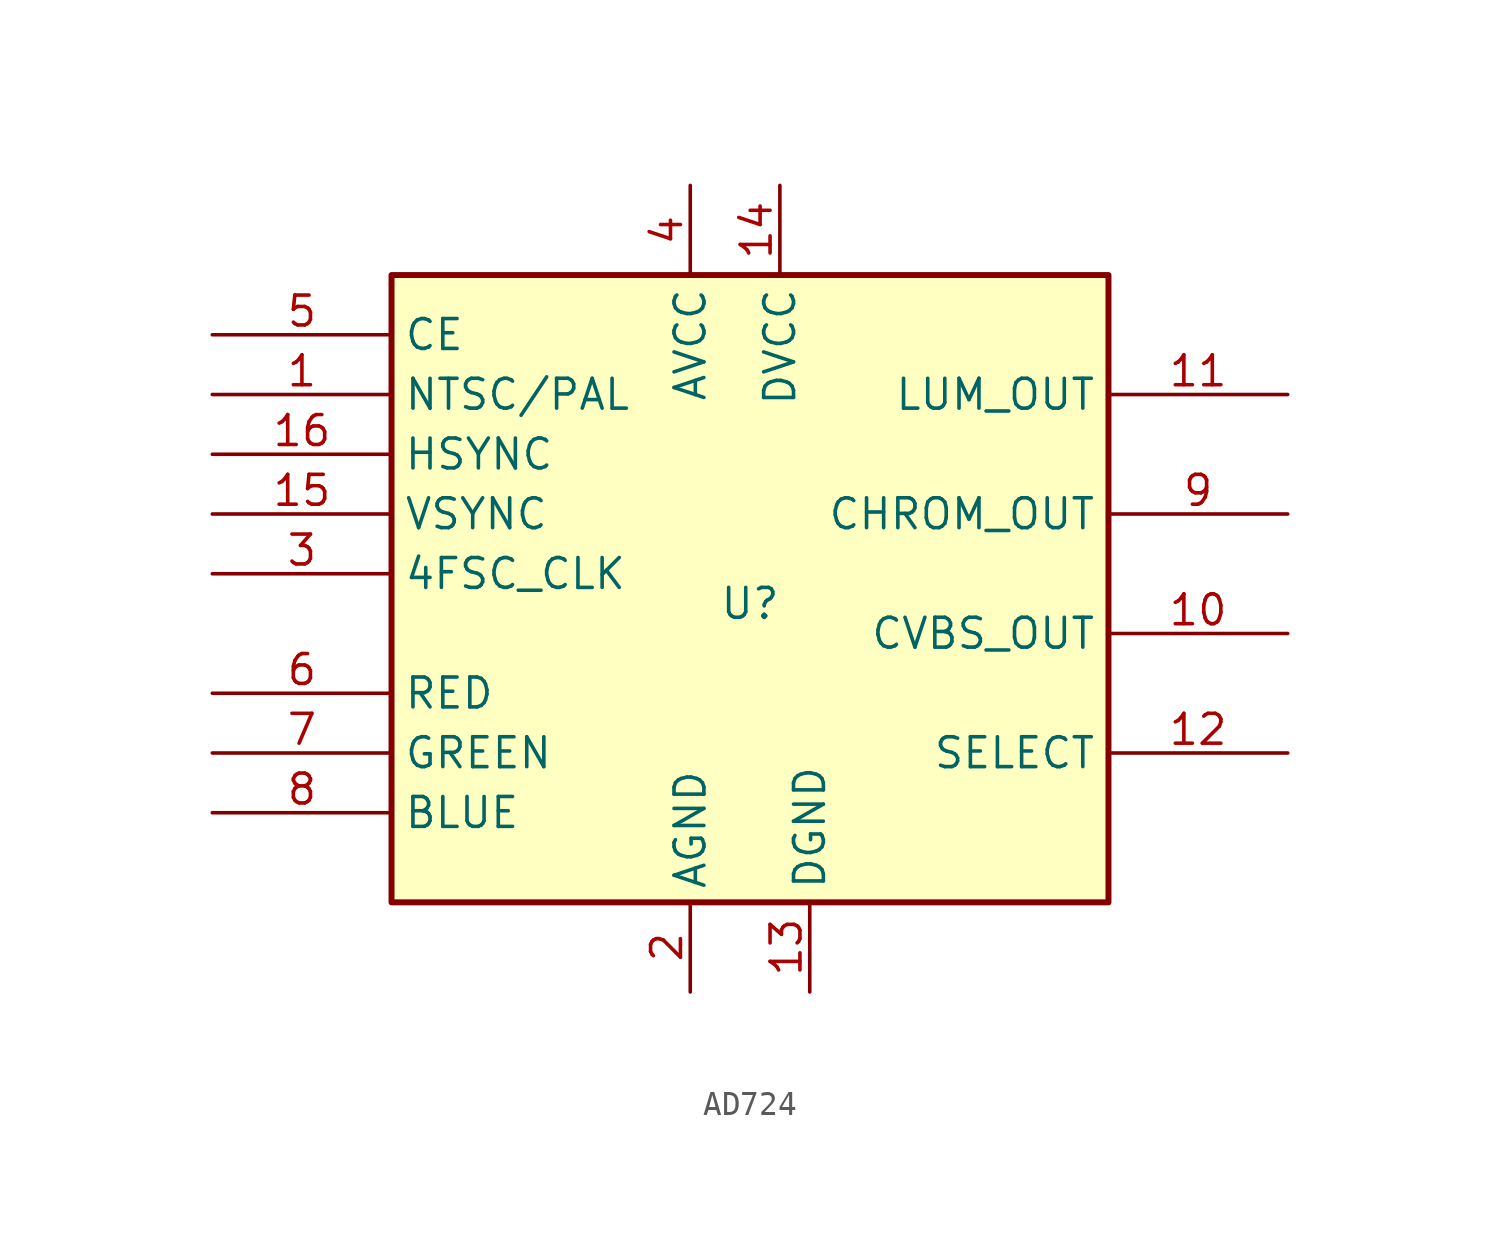
<source format=kicad_sym>
(kicad_symbol_lib
  (version 20231120)
  (generator "kicad_symbol_editor")
  (generator_version "8.0")
  (symbol "AD724"
    (property "Reference" "U"
      (at 0 0 0)
      (effects (font (size 1.27 1.27))))
    (property "Value" ""
      (at 0 0 0)
      (effects (font (size 1.27 1.27))))
    (symbol "AD724_0_1"
      (rectangle (start -15.24 13.97) (end 15.24 -12.7) (stroke (width 0.254) (type default)) (fill (type background))))
    (symbol "AD724_1_1"
      (pin input line (at -22.86 8.89 0) (length 7.62) (name "NTSC/PAL" (effects (font (size 1.27 1.27)))) (number "1" (effects (font (size 1.27 1.27)))))
      (pin output line (at 22.86 -1.27 180) (length 7.62) (name "CVBS_OUT" (effects (font (size 1.27 1.27)))) (number "10" (effects (font (size 1.27 1.27)))))
      (pin output line (at 22.86 8.89 180) (length 7.62) (name "LUM_OUT" (effects (font (size 1.27 1.27)))) (number "11" (effects (font (size 1.27 1.27)))))
      (pin input line (at 22.86 -6.35 180) (length 7.62) (name "SELECT" (effects (font (size 1.27 1.27)))) (number "12" (effects (font (size 1.27 1.27)))))
      (pin power_in line (at 2.54 -16.51 90) (length 3.81) (name "DGND" (effects (font (size 1.27 1.27)))) (number "13" (effects (font (size 1.27 1.27)))))
      (pin power_in line (at 1.27 17.78 270) (length 3.81) (name "DVCC" (effects (font (size 1.27 1.27)))) (number "14" (effects (font (size 1.27 1.27)))))
      (pin input line (at -22.86 3.81 0) (length 7.62) (name "VSYNC" (effects (font (size 1.27 1.27)))) (number "15" (effects (font (size 1.27 1.27)))))
      (pin input line (at -22.86 6.35 0) (length 7.62) (name "HSYNC" (effects (font (size 1.27 1.27)))) (number "16" (effects (font (size 1.27 1.27)))))
      (pin power_in line (at -2.54 -16.51 90) (length 3.81) (name "AGND" (effects (font (size 1.27 1.27)))) (number "2" (effects (font (size 1.27 1.27)))))
      (pin input line (at -22.86 1.27 0) (length 7.62) (name "4FSC_CLK" (effects (font (size 1.27 1.27)))) (number "3" (effects (font (size 1.27 1.27)))))
      (pin power_in line (at -2.54 17.78 270) (length 3.81) (name "AVCC" (effects (font (size 1.27 1.27)))) (number "4" (effects (font (size 1.27 1.27)))))
      (pin power_in line (at -22.86 11.43 0) (length 7.62) (name "CE" (effects (font (size 1.27 1.27)))) (number "5" (effects (font (size 1.27 1.27)))))
      (pin input line (at -22.86 -3.81 0) (length 7.62) (name "RED" (effects (font (size 1.27 1.27)))) (number "6" (effects (font (size 1.27 1.27)))))
      (pin input line (at -22.86 -6.35 0) (length 7.62) (name "GREEN" (effects (font (size 1.27 1.27)))) (number "7" (effects (font (size 1.27 1.27)))))
      (pin input line (at -22.86 -8.89 0) (length 7.62) (name "BLUE" (effects (font (size 1.27 1.27)))) (number "8" (effects (font (size 1.27 1.27)))))
      (pin output line (at 22.86 3.81 180) (length 7.62) (name "CHROM_OUT" (effects (font (size 1.27 1.27)))) (number "9" (effects (font (size 1.27 1.27))))))))
</source>
